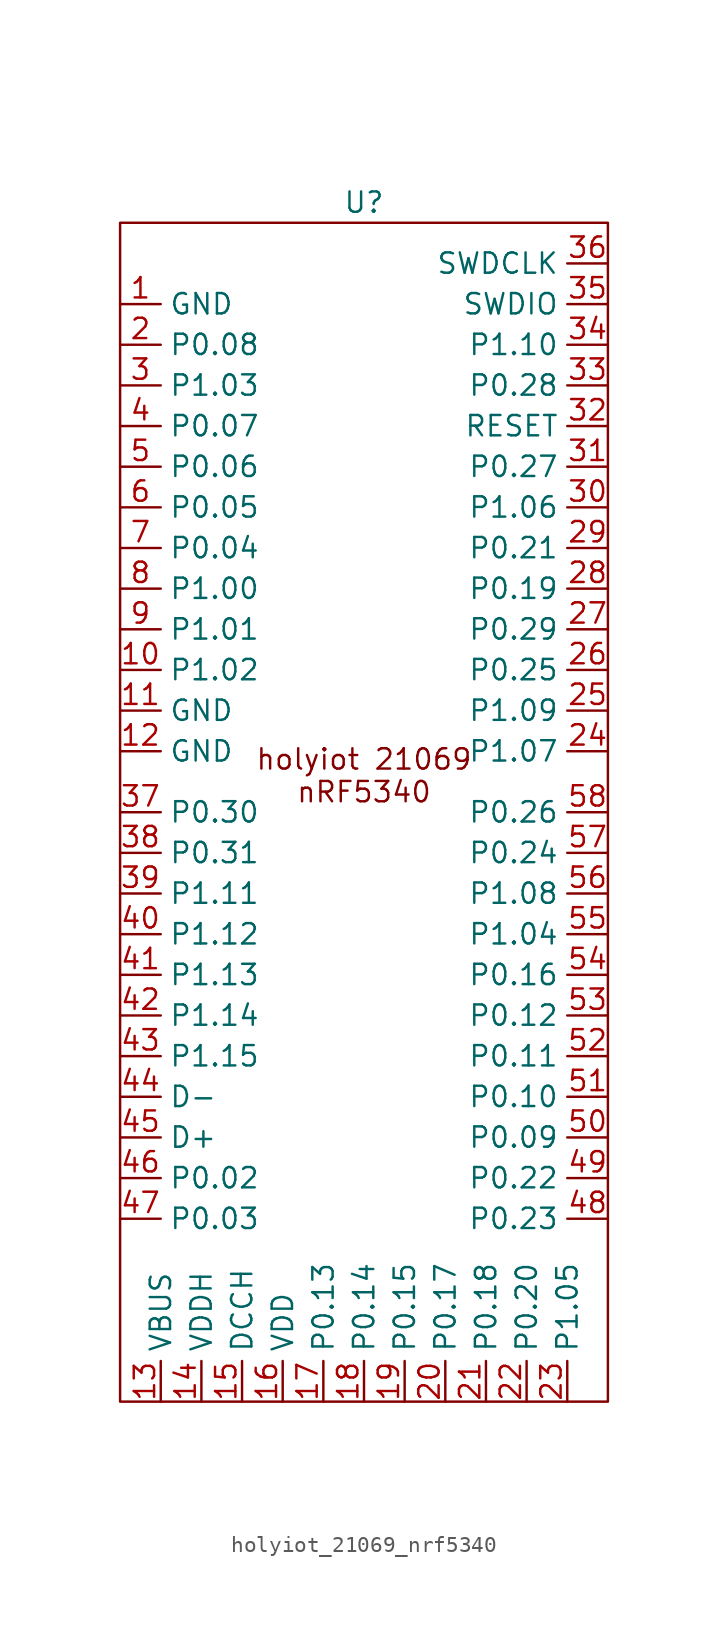
<source format=kicad_sym>
(kicad_symbol_lib
  (version 20241209)
  (generator "kicad_symbol_editor")
  (generator_version "9.0")
  (symbol "holyiot_21069_nrf5340"
    (property "Reference" "U"
      (at 0 35.56 0)
      (effects (font (size 1.27 1.27))))
    (property "Value" ""
      (at 0 35.56 0)
      (effects (font (size 1.27 1.27))))
    (symbol "holyiot_21069_nrf5340_0_1"
      (rectangle (start -15.24 34.29) (end 15.24 -39.37) (stroke (width 0) (type default)) (fill (type none))))
    (symbol "holyiot_21069_nrf5340_1_1"
      (text "holyiot 21069\nnRF5340" (at 0 -0.254 0) (effects (font (size 1.27 1.27))))
      (pin power_in line (at -15.24 29.21 0) (length 2.54) (name "GND" (effects (font (size 1.27 1.27)))) (number "1" (effects (font (size 1.27 1.27)))))
      (pin bidirectional line (at -15.24 26.67 0) (length 2.54) (name "P0.08" (effects (font (size 1.27 1.27)))) (number "2" (effects (font (size 1.27 1.27)))))
      (pin bidirectional line (at -15.24 24.13 0) (length 2.54) (name "P1.03" (effects (font (size 1.27 1.27)))) (number "3" (effects (font (size 1.27 1.27)))))
      (pin bidirectional line (at -15.24 21.59 0) (length 2.54) (name "P0.07" (effects (font (size 1.27 1.27)))) (number "4" (effects (font (size 1.27 1.27)))))
      (pin bidirectional line (at -15.24 19.05 0) (length 2.54) (name "P0.06" (effects (font (size 1.27 1.27)))) (number "5" (effects (font (size 1.27 1.27)))))
      (pin bidirectional line (at -15.24 16.51 0) (length 2.54) (name "P0.05" (effects (font (size 1.27 1.27)))) (number "6" (effects (font (size 1.27 1.27)))))
      (pin bidirectional line (at -15.24 13.97 0) (length 2.54) (name "P0.04" (effects (font (size 1.27 1.27)))) (number "7" (effects (font (size 1.27 1.27)))))
      (pin bidirectional line (at -15.24 11.43 0) (length 2.54) (name "P1.00" (effects (font (size 1.27 1.27)))) (number "8" (effects (font (size 1.27 1.27)))))
      (pin bidirectional line (at -15.24 8.89 0) (length 2.54) (name "P1.01" (effects (font (size 1.27 1.27)))) (number "9" (effects (font (size 1.27 1.27)))))
      (pin bidirectional line (at -15.24 6.35 0) (length 2.54) (name "P1.02" (effects (font (size 1.27 1.27)))) (number "10" (effects (font (size 1.27 1.27)))))
      (pin power_in line (at -15.24 3.81 0) (length 2.54) (name "GND" (effects (font (size 1.27 1.27)))) (number "11" (effects (font (size 1.27 1.27)))))
      (pin power_in line (at -15.24 1.27 0) (length 2.54) (name "GND" (effects (font (size 1.27 1.27)))) (number "12" (effects (font (size 1.27 1.27)))))
      (pin bidirectional line (at -15.24 -2.54 0) (length 2.54) (name "P0.30" (effects (font (size 1.27 1.27)))) (number "37" (effects (font (size 1.27 1.27)))))
      (pin bidirectional line (at -15.24 -5.08 0) (length 2.54) (name "P0.31" (effects (font (size 1.27 1.27)))) (number "38" (effects (font (size 1.27 1.27)))))
      (pin bidirectional line (at -15.24 -7.62 0) (length 2.54) (name "P1.11" (effects (font (size 1.27 1.27)))) (number "39" (effects (font (size 1.27 1.27)))))
      (pin bidirectional line (at -15.24 -10.16 0) (length 2.54) (name "P1.12" (effects (font (size 1.27 1.27)))) (number "40" (effects (font (size 1.27 1.27)))))
      (pin bidirectional line (at -15.24 -12.7 0) (length 2.54) (name "P1.13" (effects (font (size 1.27 1.27)))) (number "41" (effects (font (size 1.27 1.27)))))
      (pin bidirectional line (at -15.24 -15.24 0) (length 2.54) (name "P1.14" (effects (font (size 1.27 1.27)))) (number "42" (effects (font (size 1.27 1.27)))))
      (pin bidirectional line (at -15.24 -17.78 0) (length 2.54) (name "P1.15" (effects (font (size 1.27 1.27)))) (number "43" (effects (font (size 1.27 1.27)))))
      (pin bidirectional line (at -15.24 -20.32 0) (length 2.54) (name "D-" (effects (font (size 1.27 1.27)))) (number "44" (effects (font (size 1.27 1.27)))))
      (pin bidirectional line (at -15.24 -22.86 0) (length 2.54) (name "D+" (effects (font (size 1.27 1.27)))) (number "45" (effects (font (size 1.27 1.27)))))
      (pin bidirectional line (at -15.24 -25.4 0) (length 2.54) (name "P0.02" (effects (font (size 1.27 1.27)))) (number "46" (effects (font (size 1.27 1.27)))))
      (pin bidirectional line (at -15.24 -27.94 0) (length 2.54) (name "P0.03" (effects (font (size 1.27 1.27)))) (number "47" (effects (font (size 1.27 1.27)))))
      (pin power_in line (at -12.7 -39.37 90) (length 2.54) (name "VBUS" (effects (font (size 1.27 1.27)))) (number "13" (effects (font (size 1.27 1.27)))))
      (pin power_in line (at -10.16 -39.37 90) (length 2.54) (name "VDDH" (effects (font (size 1.27 1.27)))) (number "14" (effects (font (size 1.27 1.27)))))
      (pin power_out line (at -7.62 -39.37 90) (length 2.54) (name "DCCH" (effects (font (size 1.27 1.27)))) (number "15" (effects (font (size 1.27 1.27)))))
      (pin power_in line (at -5.08 -39.37 90) (length 2.54) (name "VDD" (effects (font (size 1.27 1.27)))) (number "16" (effects (font (size 1.27 1.27)))))
      (pin bidirectional line (at -2.54 -39.37 90) (length 2.54) (name "P0.13" (effects (font (size 1.27 1.27)))) (number "17" (effects (font (size 1.27 1.27)))))
      (pin bidirectional line (at 0 -39.37 90) (length 2.54) (name "P0.14" (effects (font (size 1.27 1.27)))) (number "18" (effects (font (size 1.27 1.27)))))
      (pin bidirectional line (at 2.54 -39.37 90) (length 2.54) (name "P0.15" (effects (font (size 1.27 1.27)))) (number "19" (effects (font (size 1.27 1.27)))))
      (pin bidirectional line (at 5.08 -39.37 90) (length 2.54) (name "P0.17" (effects (font (size 1.27 1.27)))) (number "20" (effects (font (size 1.27 1.27)))))
      (pin bidirectional line (at 7.62 -39.37 90) (length 2.54) (name "P0.18" (effects (font (size 1.27 1.27)))) (number "21" (effects (font (size 1.27 1.27)))))
      (pin bidirectional line (at 10.16 -39.37 90) (length 2.54) (name "P0.20" (effects (font (size 1.27 1.27)))) (number "22" (effects (font (size 1.27 1.27)))))
      (pin bidirectional line (at 12.7 -39.37 90) (length 2.54) (name "P1.05" (effects (font (size 1.27 1.27)))) (number "23" (effects (font (size 1.27 1.27)))))
      (pin input line (at 15.24 31.75 180) (length 2.54) (name "SWDCLK" (effects (font (size 1.27 1.27)))) (number "36" (effects (font (size 1.27 1.27)))))
      (pin bidirectional line (at 15.24 29.21 180) (length 2.54) (name "SWDIO" (effects (font (size 1.27 1.27)))) (number "35" (effects (font (size 1.27 1.27)))))
      (pin bidirectional line (at 15.24 26.67 180) (length 2.54) (name "P1.10" (effects (font (size 1.27 1.27)))) (number "34" (effects (font (size 1.27 1.27)))))
      (pin bidirectional line (at 15.24 24.13 180) (length 2.54) (name "P0.28" (effects (font (size 1.27 1.27)))) (number "33" (effects (font (size 1.27 1.27)))))
      (pin bidirectional line (at 15.24 21.59 180) (length 2.54) (name "RESET" (effects (font (size 1.27 1.27)))) (number "32" (effects (font (size 1.27 1.27)))))
      (pin bidirectional line (at 15.24 19.05 180) (length 2.54) (name "P0.27" (effects (font (size 1.27 1.27)))) (number "31" (effects (font (size 1.27 1.27)))))
      (pin bidirectional line (at 15.24 16.51 180) (length 2.54) (name "P1.06" (effects (font (size 1.27 1.27)))) (number "30" (effects (font (size 1.27 1.27)))))
      (pin bidirectional line (at 15.24 13.97 180) (length 2.54) (name "P0.21" (effects (font (size 1.27 1.27)))) (number "29" (effects (font (size 1.27 1.27)))))
      (pin bidirectional line (at 15.24 11.43 180) (length 2.54) (name "P0.19" (effects (font (size 1.27 1.27)))) (number "28" (effects (font (size 1.27 1.27)))))
      (pin bidirectional line (at 15.24 8.89 180) (length 2.54) (name "P0.29" (effects (font (size 1.27 1.27)))) (number "27" (effects (font (size 1.27 1.27)))))
      (pin bidirectional line (at 15.24 6.35 180) (length 2.54) (name "P0.25" (effects (font (size 1.27 1.27)))) (number "26" (effects (font (size 1.27 1.27)))))
      (pin bidirectional line (at 15.24 3.81 180) (length 2.54) (name "P1.09" (effects (font (size 1.27 1.27)))) (number "25" (effects (font (size 1.27 1.27)))))
      (pin bidirectional line (at 15.24 1.27 180) (length 2.54) (name "P1.07" (effects (font (size 1.27 1.27)))) (number "24" (effects (font (size 1.27 1.27)))))
      (pin bidirectional line (at 15.24 -2.54 180) (length 2.54) (name "P0.26" (effects (font (size 1.27 1.27)))) (number "58" (effects (font (size 1.27 1.27)))))
      (pin bidirectional line (at 15.24 -5.08 180) (length 2.54) (name "P0.24" (effects (font (size 1.27 1.27)))) (number "57" (effects (font (size 1.27 1.27)))))
      (pin bidirectional line (at 15.24 -7.62 180) (length 2.54) (name "P1.08" (effects (font (size 1.27 1.27)))) (number "56" (effects (font (size 1.27 1.27)))))
      (pin bidirectional line (at 15.24 -10.16 180) (length 2.54) (name "P1.04" (effects (font (size 1.27 1.27)))) (number "55" (effects (font (size 1.27 1.27)))))
      (pin bidirectional line (at 15.24 -12.7 180) (length 2.54) (name "P0.16" (effects (font (size 1.27 1.27)))) (number "54" (effects (font (size 1.27 1.27)))))
      (pin bidirectional line (at 15.24 -15.24 180) (length 2.54) (name "P0.12" (effects (font (size 1.27 1.27)))) (number "53" (effects (font (size 1.27 1.27)))))
      (pin bidirectional line (at 15.24 -17.78 180) (length 2.54) (name "P0.11" (effects (font (size 1.27 1.27)))) (number "52" (effects (font (size 1.27 1.27)))))
      (pin bidirectional line (at 15.24 -20.32 180) (length 2.54) (name "P0.10" (effects (font (size 1.27 1.27)))) (number "51" (effects (font (size 1.27 1.27)))))
      (pin bidirectional line (at 15.24 -22.86 180) (length 2.54) (name "P0.09" (effects (font (size 1.27 1.27)))) (number "50" (effects (font (size 1.27 1.27)))))
      (pin bidirectional line (at 15.24 -25.4 180) (length 2.54) (name "P0.22" (effects (font (size 1.27 1.27)))) (number "49" (effects (font (size 1.27 1.27)))))
      (pin bidirectional line (at 15.24 -27.94 180) (length 2.54) (name "P0.23" (effects (font (size 1.27 1.27)))) (number "48" (effects (font (size 1.27 1.27))))))))
</source>
